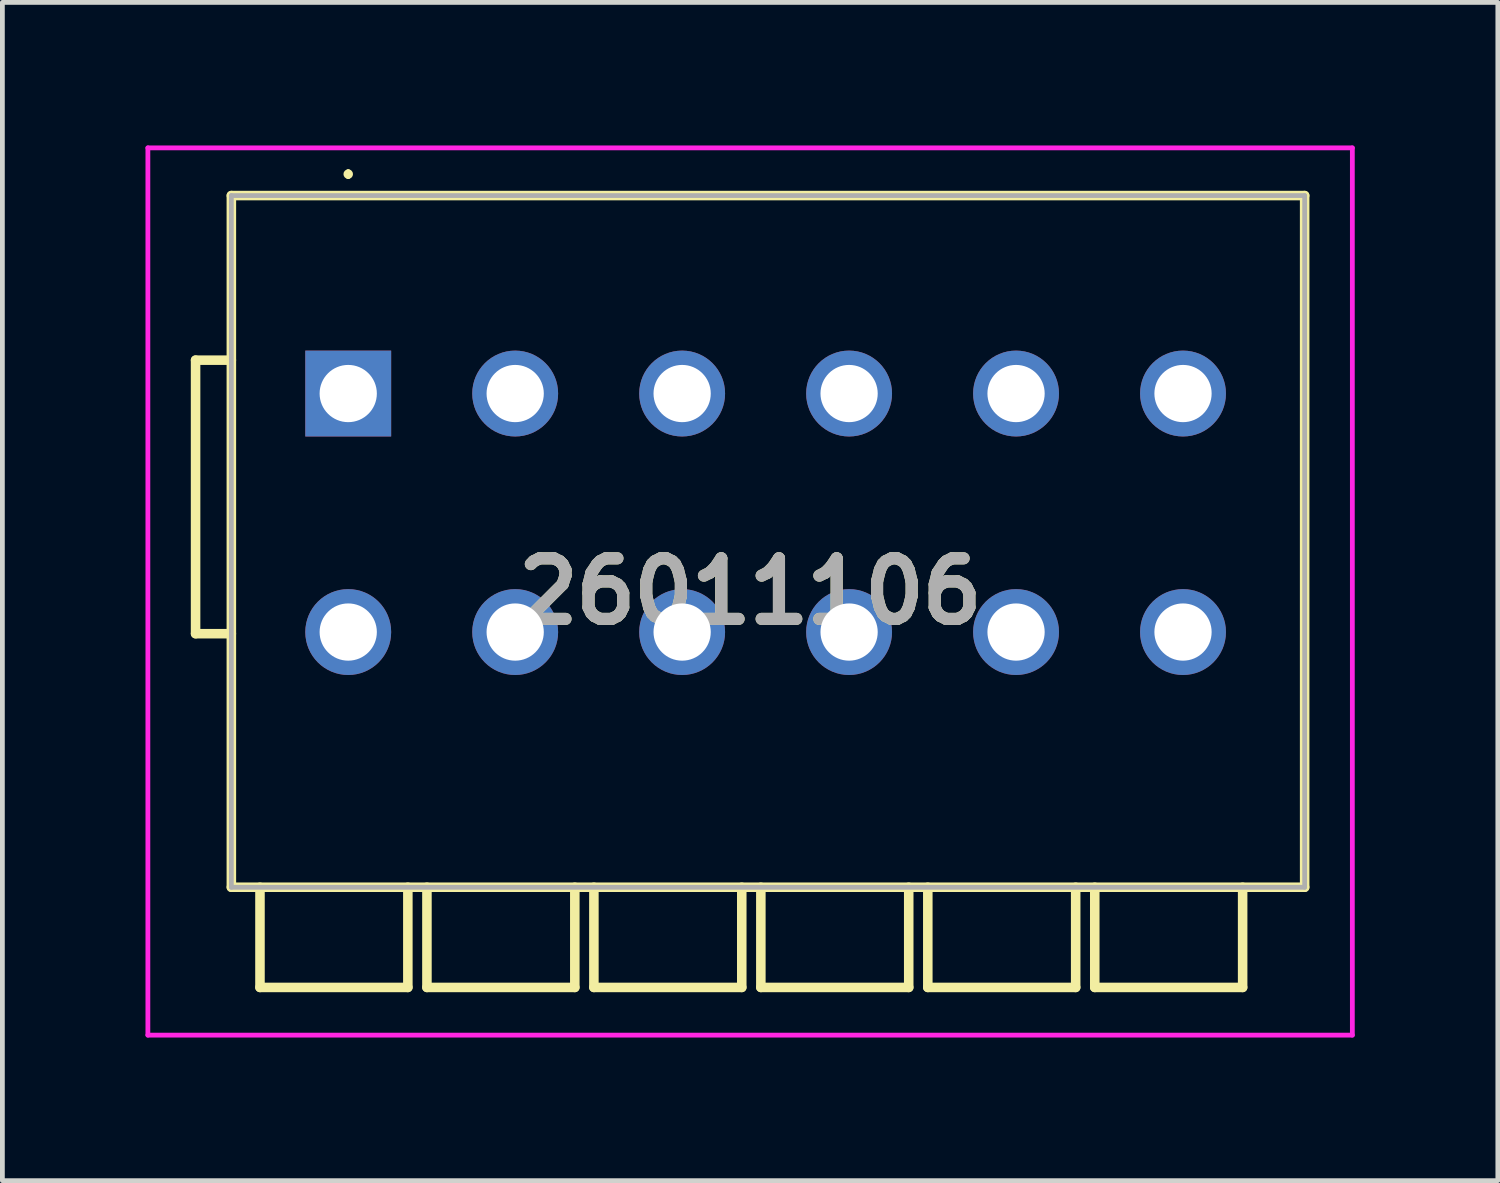
<source format=kicad_pcb>
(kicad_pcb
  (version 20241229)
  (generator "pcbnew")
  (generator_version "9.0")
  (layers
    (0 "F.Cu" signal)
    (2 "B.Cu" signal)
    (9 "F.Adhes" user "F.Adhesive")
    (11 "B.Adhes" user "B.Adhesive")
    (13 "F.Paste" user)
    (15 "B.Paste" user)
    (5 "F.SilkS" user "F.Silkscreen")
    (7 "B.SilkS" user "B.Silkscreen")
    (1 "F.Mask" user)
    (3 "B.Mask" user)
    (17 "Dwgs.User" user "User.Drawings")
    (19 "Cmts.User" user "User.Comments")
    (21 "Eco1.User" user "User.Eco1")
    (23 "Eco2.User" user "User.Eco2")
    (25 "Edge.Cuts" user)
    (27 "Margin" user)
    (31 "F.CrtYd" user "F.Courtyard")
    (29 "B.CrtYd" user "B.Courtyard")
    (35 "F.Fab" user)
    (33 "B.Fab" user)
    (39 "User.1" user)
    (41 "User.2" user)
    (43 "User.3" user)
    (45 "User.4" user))
  (footprint "26011106"
    (layer "F.Cu")
    (at 4.25 5.2)
    (property "Reference" "26011106" (at 8.425 4.15 0) (layer "F.SilkS") (effects (font (size 1.27 1.27) (thickness 0.254))))
    (attr through_hole)
    (fp_line (start -3.2 -0.7) (end -3.2 5.034) (stroke (width 0.2) (type solid)) (layer "F.SilkS"))
    (fp_line (start -3.2 5.034) (end -2.45 5.034) (stroke (width 0.2) (type solid)) (layer "F.SilkS"))
    (fp_line (start -2.45 -4.15) (end 20.05 -4.15) (stroke (width 0.2) (type solid)) (layer "F.SilkS"))
    (fp_line (start -2.45 -0.7) (end -3.2 -0.7) (stroke (width 0.2) (type solid)) (layer "F.SilkS"))
    (fp_line (start -2.45 10.35) (end -2.45 -4.15) (stroke (width 0.2) (type solid)) (layer "F.SilkS"))
    (fp_line (start -1.85 10.35) (end -1.85 12.45) (stroke (width 0.2) (type solid)) (layer "F.SilkS"))
    (fp_line (start -1.85 12.45) (end 1.25 12.45) (stroke (width 0.2) (type solid)) (layer "F.SilkS"))
    (fp_line (start 0 -4.65) (end 0 -4.65) (stroke (width 0.1) (type solid)) (layer "F.SilkS"))
    (fp_line (start 0 -4.55) (end 0 -4.55) (stroke (width 0.1) (type solid)) (layer "F.SilkS"))
    (fp_line (start 1.25 12.45) (end 1.25 10.35) (stroke (width 0.2) (type solid)) (layer "F.SilkS"))
    (fp_line (start 1.65 10.35) (end 1.65 12.45) (stroke (width 0.2) (type solid)) (layer "F.SilkS"))
    (fp_line (start 1.65 12.45) (end 4.75 12.45) (stroke (width 0.2) (type solid)) (layer "F.SilkS"))
    (fp_line (start 4.75 12.45) (end 4.75 10.35) (stroke (width 0.2) (type solid)) (layer "F.SilkS"))
    (fp_line (start 5.15 10.35) (end 5.15 12.45) (stroke (width 0.2) (type solid)) (layer "F.SilkS"))
    (fp_line (start 5.15 12.45) (end 8.25 12.45) (stroke (width 0.2) (type solid)) (layer "F.SilkS"))
    (fp_line (start 8.25 12.45) (end 8.25 10.35) (stroke (width 0.2) (type solid)) (layer "F.SilkS"))
    (fp_line (start 8.65 10.35) (end 8.65 12.45) (stroke (width 0.2) (type solid)) (layer "F.SilkS"))
    (fp_line (start 8.65 12.45) (end 11.75 12.45) (stroke (width 0.2) (type solid)) (layer "F.SilkS"))
    (fp_line (start 11.75 12.45) (end 11.75 10.35) (stroke (width 0.2) (type solid)) (layer "F.SilkS"))
    (fp_line (start 12.15 10.35) (end 12.15 12.45) (stroke (width 0.2) (type solid)) (layer "F.SilkS"))
    (fp_line (start 12.15 12.45) (end 15.25 12.45) (stroke (width 0.2) (type solid)) (layer "F.SilkS"))
    (fp_line (start 15.25 12.45) (end 15.25 10.35) (stroke (width 0.2) (type solid)) (layer "F.SilkS"))
    (fp_line (start 15.65 10.35) (end 15.65 12.45) (stroke (width 0.2) (type solid)) (layer "F.SilkS"))
    (fp_line (start 15.65 12.45) (end 18.75 12.45) (stroke (width 0.2) (type solid)) (layer "F.SilkS"))
    (fp_line (start 18.75 12.45) (end 18.75 10.35) (stroke (width 0.2) (type solid)) (layer "F.SilkS"))
    (fp_line (start 20.05 -4.15) (end 20.05 10.35) (stroke (width 0.2) (type solid)) (layer "F.SilkS"))
    (fp_line (start 20.05 10.35) (end -2.45 10.35) (stroke (width 0.2) (type solid)) (layer "F.SilkS"))
    (fp_arc (start 0 -4.65) (mid 0.05 -4.6) (end 0 -4.55) (stroke (width 0.1) (type solid)) (layer "F.SilkS"))
    (fp_arc (start 0 -4.55) (mid -0.05 -4.6) (end 0 -4.65) (stroke (width 0.1) (type solid)) (layer "F.SilkS"))
    (fp_line (start -4.2 -5.15) (end 21.05 -5.15) (stroke (width 0.1) (type solid)) (layer "F.CrtYd"))
    (fp_line (start -4.2 13.45) (end -4.2 -5.15) (stroke (width 0.1) (type solid)) (layer "F.CrtYd"))
    (fp_line (start 21.05 -5.15) (end 21.05 13.45) (stroke (width 0.1) (type solid)) (layer "F.CrtYd"))
    (fp_line (start 21.05 13.45) (end -4.2 13.45) (stroke (width 0.1) (type solid)) (layer "F.CrtYd"))
    (fp_line (start -2.45 -4.15) (end 20.05 -4.15) (stroke (width 0.1) (type solid)) (layer "F.Fab"))
    (fp_line (start -2.45 10.35) (end -2.45 -4.15) (stroke (width 0.1) (type solid)) (layer "F.Fab"))
    (fp_line (start 20.05 -4.15) (end 20.05 10.35) (stroke (width 0.1) (type solid)) (layer "F.Fab"))
    (fp_line (start 20.05 10.35) (end -2.45 10.35) (stroke (width 0.1) (type solid)) (layer "F.Fab"))
    (fp_text user "${REFERENCE}" (at 8.425 4.15 0) (layer "F.Fab") (effects (font (size 1.27 1.27) (thickness 0.254))))
    (pad "1" thru_hole rect (at 0 0) (size 1.8 1.8) (drill 1.2) (layers "*.Cu" "*.Mask"))
    (pad "2" thru_hole circle (at 0 5) (size 1.8 1.8) (drill 1.2) (layers "*.Cu" "*.Mask"))
    (pad "3" thru_hole circle (at 3.5 0) (size 1.8 1.8) (drill 1.2) (layers "*.Cu" "*.Mask"))
    (pad "4" thru_hole circle (at 3.5 5) (size 1.8 1.8) (drill 1.2) (layers "*.Cu" "*.Mask"))
    (pad "5" thru_hole circle (at 7 0) (size 1.8 1.8) (drill 1.2) (layers "*.Cu" "*.Mask"))
    (pad "6" thru_hole circle (at 7 5) (size 1.8 1.8) (drill 1.2) (layers "*.Cu" "*.Mask"))
    (pad "7" thru_hole circle (at 10.5 0) (size 1.8 1.8) (drill 1.2) (layers "*.Cu" "*.Mask"))
    (pad "8" thru_hole circle (at 10.5 5) (size 1.8 1.8) (drill 1.2) (layers "*.Cu" "*.Mask"))
    (pad "9" thru_hole circle (at 14 0) (size 1.8 1.8) (drill 1.2) (layers "*.Cu" "*.Mask"))
    (pad "10" thru_hole circle (at 14 5) (size 1.8 1.8) (drill 1.2) (layers "*.Cu" "*.Mask"))
    (pad "11" thru_hole circle (at 17.5 0) (size 1.8 1.8) (drill 1.2) (layers "*.Cu" "*.Mask"))
    (pad "12" thru_hole circle (at 17.5 5) (size 1.8 1.8) (drill 1.2) (layers "*.Cu" "*.Mask")))
  (gr_rect
    (start -3 -3)
    (end 28.35 21.7)
    (stroke (width 0.1) (type default))
    (fill no)
    (layer "Edge.Cuts")))
</source>
